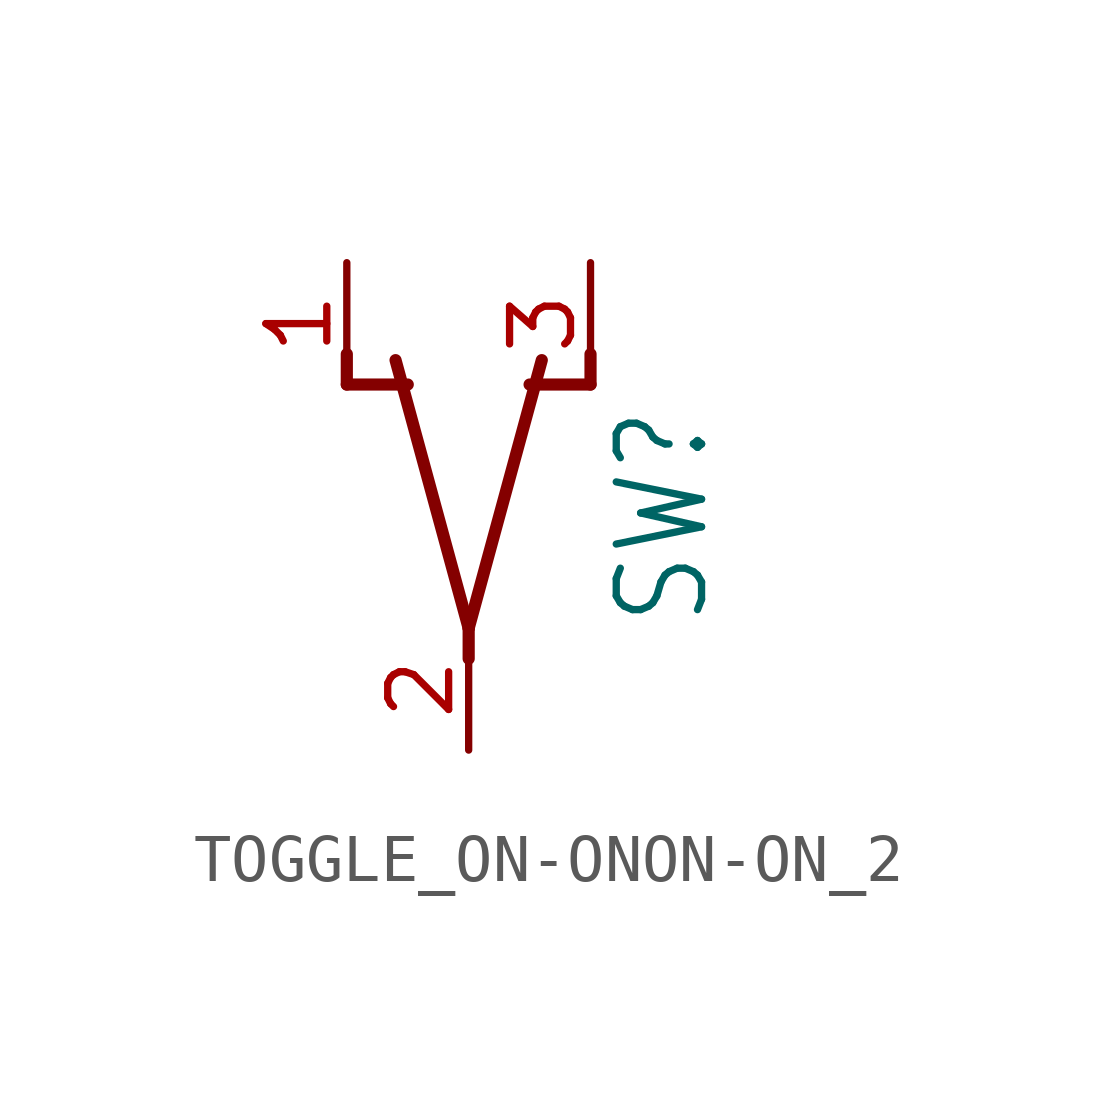
<source format=kicad_sym>
(kicad_symbol_lib
  (version 20231120)
  (generator "kicad_symbol_editor")
  (generator_version "8.0")
  (symbol "TOGGLE_ON-ONON-ON_2"
    (property "Reference" "SW"
      (at 5.08 -2.54 90)
      (effects (font (size 1.778 1.511)) (justify left bottom)))
    (property "Value" ""
      (at 7.62 -2.54 90)
      (effects (font (size 1.778 1.511)) (justify left bottom)))
    (property "ki_locked" ""
      (at 0 0 0)
      (effects (font (size 1.27 1.27))))
    (symbol "TOGGLE_ON-ONON-ON_2_1_0"
      (polyline (pts (xy -2.54 2.54) (xy -2.54 3.175)) (stroke (width 0.254) (type solid)) (fill (type none)))
      (polyline (pts (xy -2.54 2.54) (xy -1.27 2.54)) (stroke (width 0.254) (type solid)) (fill (type none)))
      (polyline (pts (xy 0 -3.175) (xy 0 -2.54)) (stroke (width 0.254) (type solid)) (fill (type none)))
      (polyline (pts (xy 0 -2.54) (xy -1.524 3.048)) (stroke (width 0.254) (type solid)) (fill (type none)))
      (polyline (pts (xy 0 -2.54) (xy 1.524 3.048)) (stroke (width 0.254) (type solid)) (fill (type none)))
      (polyline (pts (xy 1.27 2.54) (xy 2.54 2.54)) (stroke (width 0.254) (type solid)) (fill (type none)))
      (polyline (pts (xy 2.54 2.54) (xy 2.54 3.175)) (stroke (width 0.254) (type solid)) (fill (type none)))
      (pin passive line (at -2.54 5.08 270) (length 2.54) (name "O" (effects (font (size 0 0)))) (number "1" (effects (font (size 1.27 1.27)))))
      (pin passive line (at 0 -5.08 90) (length 2.54) (name "P" (effects (font (size 0 0)))) (number "2" (effects (font (size 1.27 1.27)))))
      (pin passive line (at 2.54 5.08 270) (length 2.54) (name "S" (effects (font (size 0 0)))) (number "3" (effects (font (size 1.27 1.27))))))))
</source>
